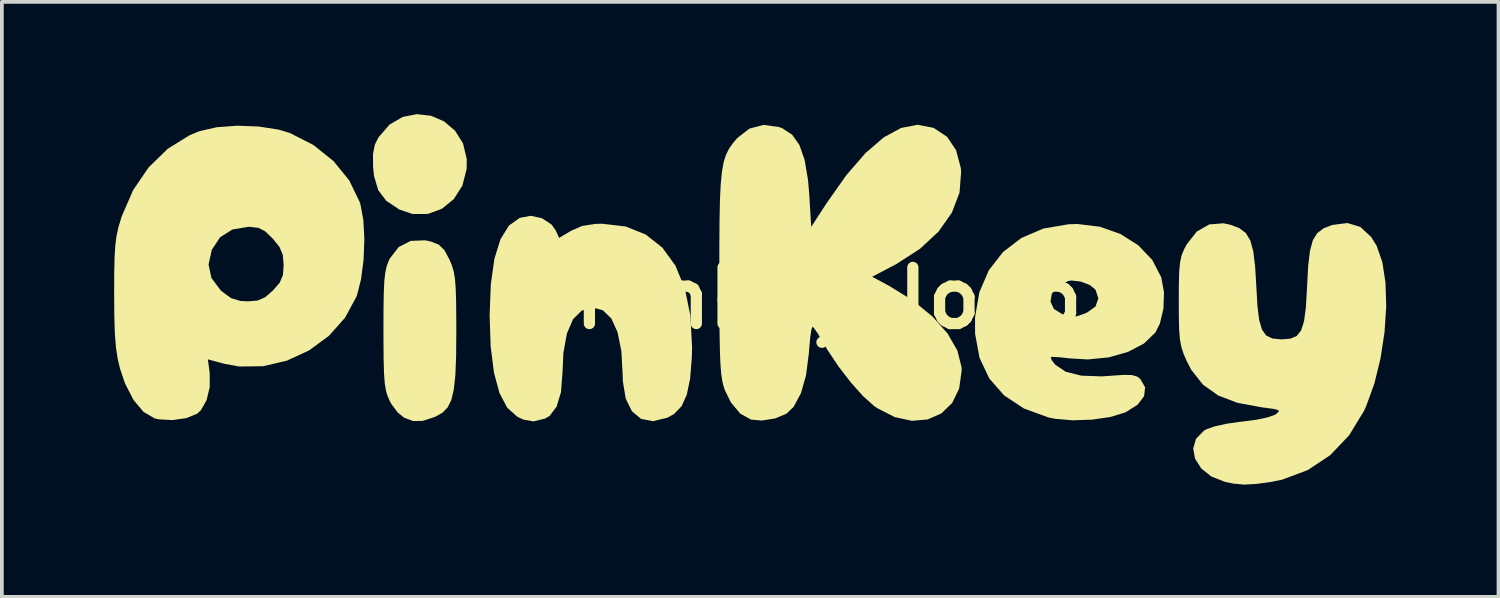
<source format=kicad_pcb>
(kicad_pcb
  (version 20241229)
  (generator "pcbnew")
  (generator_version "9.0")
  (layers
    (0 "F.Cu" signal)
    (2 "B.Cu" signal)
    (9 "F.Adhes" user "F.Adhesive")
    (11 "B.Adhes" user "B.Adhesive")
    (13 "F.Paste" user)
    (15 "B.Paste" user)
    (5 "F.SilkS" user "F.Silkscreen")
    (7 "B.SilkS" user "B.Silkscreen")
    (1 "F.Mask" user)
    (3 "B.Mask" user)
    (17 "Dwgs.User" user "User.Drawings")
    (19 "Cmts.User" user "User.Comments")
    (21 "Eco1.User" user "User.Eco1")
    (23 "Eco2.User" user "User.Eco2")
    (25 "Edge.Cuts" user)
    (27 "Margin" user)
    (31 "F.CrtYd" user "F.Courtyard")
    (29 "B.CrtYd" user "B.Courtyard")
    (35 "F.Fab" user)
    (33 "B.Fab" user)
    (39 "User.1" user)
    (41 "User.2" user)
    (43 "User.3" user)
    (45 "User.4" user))
  (footprint "PinKey_logo"
    (layer "F.Cu")
    (at 19.092 4.917)
    (property "Reference" "PinKey_logo" (at 0 0 0) (layer "F.SilkS") (effects (font (size 1.5 1.5) (thickness 0.3))))
    (attr board_only exclude_from_pos_files exclude_from_bom)
    (fp_poly (pts (xy -10.625 -4.874) (xy -10.275 -4.723) (xy -9.981 -4.473) (xy -9.77 -4.135) (xy -9.67 -3.719) (xy -9.673 -3.453) (xy -9.787 -3.007) (xy -10.016 -2.647) (xy -10.333 -2.389) (xy -10.709 -2.25) (xy -11.117 -2.248) (xy -11.472 -2.369) (xy -11.82 -2.601) (xy -12.037 -2.888) (xy -12.149 -3.27) (xy -12.173 -3.512) (xy -12.175 -3.853) (xy -12.127 -4.099) (xy -12.028 -4.298) (xy -11.732 -4.639) (xy -11.381 -4.842) (xy -11.003 -4.917)) (stroke (width 0) (type solid)) (fill yes) (layer "F.SilkS"))
    (fp_poly (pts (xy -10.626 -1.513) (xy -10.415 -1.428) (xy -10.266 -1.28) (xy -10.132 -1.031) (xy -10.066 -0.874) (xy -10.018 -0.712) (xy -9.985 -0.515) (xy -9.965 -0.254) (xy -9.954 0.101) (xy -9.95 0.58) (xy -9.949 0.889) (xy -9.954 1.545) (xy -9.974 2.054) (xy -10.015 2.437) (xy -10.081 2.718) (xy -10.179 2.917) (xy -10.314 3.057) (xy -10.492 3.159) (xy -10.535 3.178) (xy -10.853 3.281) (xy -11.108 3.282) (xy -11.345 3.194) (xy -11.516 3.053) (xy -11.684 2.828) (xy -11.726 2.751) (xy -11.787 2.614) (xy -11.831 2.462) (xy -11.862 2.268) (xy -11.881 2.003) (xy -11.891 1.639) (xy -11.895 1.148) (xy -11.896 0.847) (xy -11.894 0.282) (xy -11.887 -0.142) (xy -11.873 -0.453) (xy -11.848 -0.68) (xy -11.811 -0.849) (xy -11.759 -0.99) (xy -11.726 -1.058) (xy -11.49 -1.365) (xy -11.169 -1.53) (xy -10.781 -1.546)) (stroke (width 0) (type solid)) (fill yes) (layer "F.SilkS"))
    (fp_poly (pts (xy -7.661 -2.136) (xy -7.407 -1.97) (xy -7.293 -1.812) (xy -7.202 -1.611) (xy -6.882 -1.8) (xy -6.585 -1.93) (xy -6.233 -1.984) (xy -6.054 -1.989) (xy -5.427 -1.916) (xy -4.89 -1.702) (xy -4.444 -1.351) (xy -4.094 -0.869) (xy -3.843 -0.26) (xy -3.694 0.472) (xy -3.649 1.32) (xy -3.656 1.583) (xy -3.702 2.154) (xy -3.791 2.582) (xy -3.93 2.888) (xy -4.131 3.097) (xy -4.311 3.195) (xy -4.691 3.287) (xy -5.01 3.227) (xy -5.256 3.023) (xy -5.423 2.684) (xy -5.499 2.219) (xy -5.503 2.065) (xy -5.538 1.42) (xy -5.64 0.911) (xy -5.807 0.543) (xy -6.036 0.322) (xy -6.301 0.254) (xy -6.597 0.332) (xy -6.829 0.562) (xy -6.993 0.941) (xy -7.088 1.463) (xy -7.112 1.997) (xy -7.152 2.509) (xy -7.268 2.896) (xy -7.455 3.146) (xy -7.579 3.218) (xy -7.885 3.293) (xy -8.158 3.245) (xy -8.318 3.169) (xy -8.588 2.929) (xy -8.796 2.535) (xy -8.944 1.985) (xy -9.032 1.279) (xy -9.059 0.454) (xy -9.027 -0.378) (xy -8.931 -1.054) (xy -8.769 -1.574) (xy -8.544 -1.938) (xy -8.253 -2.146) (xy -7.959 -2.201)) (stroke (width 0) (type solid)) (fill yes) (layer "F.SilkS"))
    (fp_poly (pts (xy 7.247 -1.909) (xy 7.8 -1.713) (xy 8.276 -1.411) (xy 8.648 -1.02) (xy 8.887 -0.56) (xy 8.888 -0.555) (xy 8.961 -0.155) (xy 8.946 0.28) (xy 8.851 0.68) (xy 8.729 0.92) (xy 8.426 1.212) (xy 7.999 1.436) (xy 7.486 1.582) (xy 6.921 1.638) (xy 6.435 1.609) (xy 6.173 1.579) (xy 5.989 1.569) (xy 5.934 1.576) (xy 5.958 1.653) (xy 6.054 1.778) (xy 6.334 1.966) (xy 6.753 2.071) (xy 7.301 2.09) (xy 7.537 2.074) (xy 7.883 2.05) (xy 8.104 2.055) (xy 8.242 2.094) (xy 8.326 2.157) (xy 8.456 2.382) (xy 8.429 2.619) (xy 8.257 2.846) (xy 7.947 3.043) (xy 7.917 3.056) (xy 7.525 3.176) (xy 7.037 3.246) (xy 6.521 3.264) (xy 6.046 3.223) (xy 5.874 3.188) (xy 5.217 2.948) (xy 4.688 2.598) (xy 4.292 2.146) (xy 4.032 1.595) (xy 3.913 0.952) (xy 3.912 0.515) (xy 3.983 0.095) (xy 5.928 0.095) (xy 6.021 0.29) (xy 6.245 0.428) (xy 6.308 0.447) (xy 6.499 0.487) (xy 6.638 0.482) (xy 6.814 0.422) (xy 6.903 0.385) (xy 7.13 0.224) (xy 7.207 0.007) (xy 7.13 -0.228) (xy 6.973 -0.354) (xy 6.731 -0.444) (xy 6.486 -0.472) (xy 6.402 -0.458) (xy 6.123 -0.316) (xy 5.964 -0.119) (xy 5.928 0.095) (xy 3.983 0.095) (xy 4.027 -0.158) (xy 4.28 -0.745) (xy 4.659 -1.232) (xy 5.149 -1.608) (xy 5.737 -1.86) (xy 6.411 -1.975) (xy 6.646 -1.982)) (stroke (width 0) (type solid)) (fill yes) (layer "F.SilkS"))
    (fp_poly (pts (xy -15.226 -4.586) (xy -14.698 -4.504) (xy -14.393 -4.412) (xy -13.764 -4.09) (xy -13.229 -3.661) (xy -12.811 -3.148) (xy -12.533 -2.574) (xy -12.51 -2.503) (xy -12.433 -2.088) (xy -12.406 -1.576) (xy -12.427 -1.029) (xy -12.493 -0.51) (xy -12.602 -0.081) (xy -12.616 -0.043) (xy -12.922 0.523) (xy -13.353 1.007) (xy -13.881 1.395) (xy -14.477 1.67) (xy -15.112 1.819) (xy -15.757 1.826) (xy -16.147 1.754) (xy -16.588 1.635) (xy -16.539 1.992) (xy -16.537 2.371) (xy -16.621 2.724) (xy -16.775 2.997) (xy -16.877 3.089) (xy -17.166 3.206) (xy -17.534 3.258) (xy -17.898 3.238) (xy -18.014 3.211) (xy -18.306 3.04) (xy -18.574 2.722) (xy -18.801 2.28) (xy -18.935 1.884) (xy -18.998 1.615) (xy -19.043 1.32) (xy -19.072 0.964) (xy -19.087 0.511) (xy -19.092 -0.072) (xy -19.092 -0.127) (xy -19.09 -0.675) (xy -19.085 -0.899) (xy -16.57 -0.899) (xy -16.492 -0.538) (xy -16.248 -0.213) (xy -16.208 -0.176) (xy -15.963 0.002) (xy -15.714 0.075) (xy -15.525 0.085) (xy -15.254 0.063) (xy -15.052 -0.027) (xy -14.851 -0.203) (xy -14.665 -0.417) (xy -14.581 -0.621) (xy -14.563 -0.882) (xy -14.585 -1.155) (xy -14.674 -1.368) (xy -14.852 -1.589) (xy -15.055 -1.785) (xy -15.236 -1.879) (xy -15.47 -1.905) (xy -15.512 -1.905) (xy -15.934 -1.834) (xy -16.261 -1.626) (xy -16.482 -1.292) (xy -16.57 -0.899) (xy -19.085 -0.899) (xy -19.081 -1.091) (xy -19.061 -1.409) (xy -19.028 -1.665) (xy -18.977 -1.897) (xy -18.904 -2.14) (xy -18.891 -2.182) (xy -18.585 -2.887) (xy -18.168 -3.497) (xy -17.659 -3.993) (xy -17.074 -4.355) (xy -16.806 -4.464) (xy -16.347 -4.568) (xy -15.798 -4.608)) (stroke (width 0) (type solid)) (fill yes) (layer "F.SilkS"))
    (fp_poly (pts (xy 2.796 -4.552) (xy 2.813 -4.545) (xy 3.165 -4.311) (xy 3.406 -3.953) (xy 3.53 -3.482) (xy 3.54 -3.379) (xy 3.498 -2.824) (xy 3.294 -2.287) (xy 2.939 -1.782) (xy 2.441 -1.319) (xy 1.809 -0.911) (xy 1.757 -0.884) (xy 1.163 -0.572) (xy 1.622 -0.325) (xy 2.256 0.066) (xy 2.779 0.495) (xy 3.179 0.946) (xy 3.441 1.402) (xy 3.552 1.849) (xy 3.555 1.929) (xy 3.488 2.415) (xy 3.3 2.801) (xy 3.012 3.08) (xy 2.646 3.241) (xy 2.224 3.277) (xy 1.767 3.179) (xy 1.296 2.938) (xy 1.208 2.876) (xy 0.92 2.618) (xy 0.592 2.251) (xy 0.26 1.82) (xy -0.041 1.368) (xy -0.159 1.165) (xy -0.291 0.943) (xy -0.394 0.797) (xy -0.433 0.763) (xy -0.461 0.841) (xy -0.492 1.048) (xy -0.52 1.347) (xy -0.528 1.467) (xy -0.603 2.058) (xy -0.742 2.544) (xy -0.937 2.905) (xy -1.126 3.087) (xy -1.427 3.214) (xy -1.785 3.27) (xy -2.074 3.245) (xy -2.36 3.087) (xy -2.611 2.787) (xy -2.771 2.464) (xy -2.813 2.338) (xy -2.847 2.191) (xy -2.873 2.003) (xy -2.892 1.754) (xy -2.905 1.424) (xy -2.914 0.994) (xy -2.919 0.443) (xy -2.921 -0.248) (xy -2.921 -0.635) (xy -2.92 -1.446) (xy -2.915 -2.106) (xy -2.904 -2.636) (xy -2.883 -3.054) (xy -2.851 -3.379) (xy -2.806 -3.631) (xy -2.744 -3.828) (xy -2.663 -3.991) (xy -2.56 -4.138) (xy -2.444 -4.276) (xy -2.118 -4.53) (xy -1.736 -4.63) (xy -1.323 -4.571) (xy -1.235 -4.538) (xy -0.977 -4.369) (xy -0.782 -4.094) (xy -0.642 -3.696) (xy -0.551 -3.16) (xy -0.517 -2.755) (xy -0.466 -1.905) (xy -0.053 -2.54) (xy 0.478 -3.293) (xy 0.986 -3.878) (xy 1.472 -4.296) (xy 1.935 -4.548) (xy 2.376 -4.633)) (stroke (width 0) (type solid)) (fill yes) (layer "F.SilkS"))
    (fp_poly (pts (xy 14.208 -1.902) (xy 14.495 -1.637) (xy 14.643 -1.399) (xy 14.796 -0.961) (xy 14.88 -0.406) (xy 14.899 0.231) (xy 14.853 0.914) (xy 14.747 1.608) (xy 14.584 2.276) (xy 14.364 2.883) (xy 14.305 3.013) (xy 13.908 3.665) (xy 13.402 4.196) (xy 12.802 4.594) (xy 12.121 4.849) (xy 11.842 4.907) (xy 11.422 4.965) (xy 11.102 4.982) (xy 10.818 4.956) (xy 10.594 4.91) (xy 10.228 4.767) (xy 9.957 4.551) (xy 9.791 4.291) (xy 9.741 4.017) (xy 9.816 3.758) (xy 10.027 3.543) (xy 10.098 3.502) (xy 10.314 3.426) (xy 10.636 3.355) (xy 11.001 3.303) (xy 11.066 3.296) (xy 11.415 3.251) (xy 11.716 3.189) (xy 11.914 3.122) (xy 11.94 3.107) (xy 12.025 3.038) (xy 12.019 2.993) (xy 11.898 2.96) (xy 11.636 2.925) (xy 11.586 2.919) (xy 10.929 2.799) (xy 10.409 2.601) (xy 10.004 2.313) (xy 9.694 1.922) (xy 9.578 1.702) (xy 9.487 1.496) (xy 9.425 1.307) (xy 9.386 1.098) (xy 9.365 0.827) (xy 9.357 0.457) (xy 9.356 0.085) (xy 9.358 -0.385) (xy 9.368 -0.721) (xy 9.391 -0.961) (xy 9.431 -1.142) (xy 9.495 -1.299) (xy 9.567 -1.436) (xy 9.837 -1.78) (xy 10.168 -1.97) (xy 10.551 -2.001) (xy 10.746 -1.959) (xy 10.978 -1.869) (xy 11.148 -1.738) (xy 11.267 -1.543) (xy 11.346 -1.255) (xy 11.396 -0.85) (xy 11.427 -0.326) (xy 11.457 0.202) (xy 11.504 0.583) (xy 11.579 0.841) (xy 11.692 0.998) (xy 11.854 1.077) (xy 12.077 1.1) (xy 12.107 1.101) (xy 12.337 1.082) (xy 12.506 1.011) (xy 12.624 0.865) (xy 12.702 0.622) (xy 12.751 0.257) (xy 12.781 -0.25) (xy 12.785 -0.331) (xy 12.814 -0.87) (xy 12.862 -1.267) (xy 12.938 -1.547) (xy 13.055 -1.737) (xy 13.222 -1.864) (xy 13.45 -1.954) (xy 13.459 -1.956) (xy 13.863 -2.008)) (stroke (width 0) (type solid)) (fill yes) (layer "F.SilkS")))
  (gr_rect
    (start -3 -3)
    (end 36.991 12.898)
    (stroke (width 0.1) (type default))
    (fill no)
    (layer "Edge.Cuts")))
</source>
